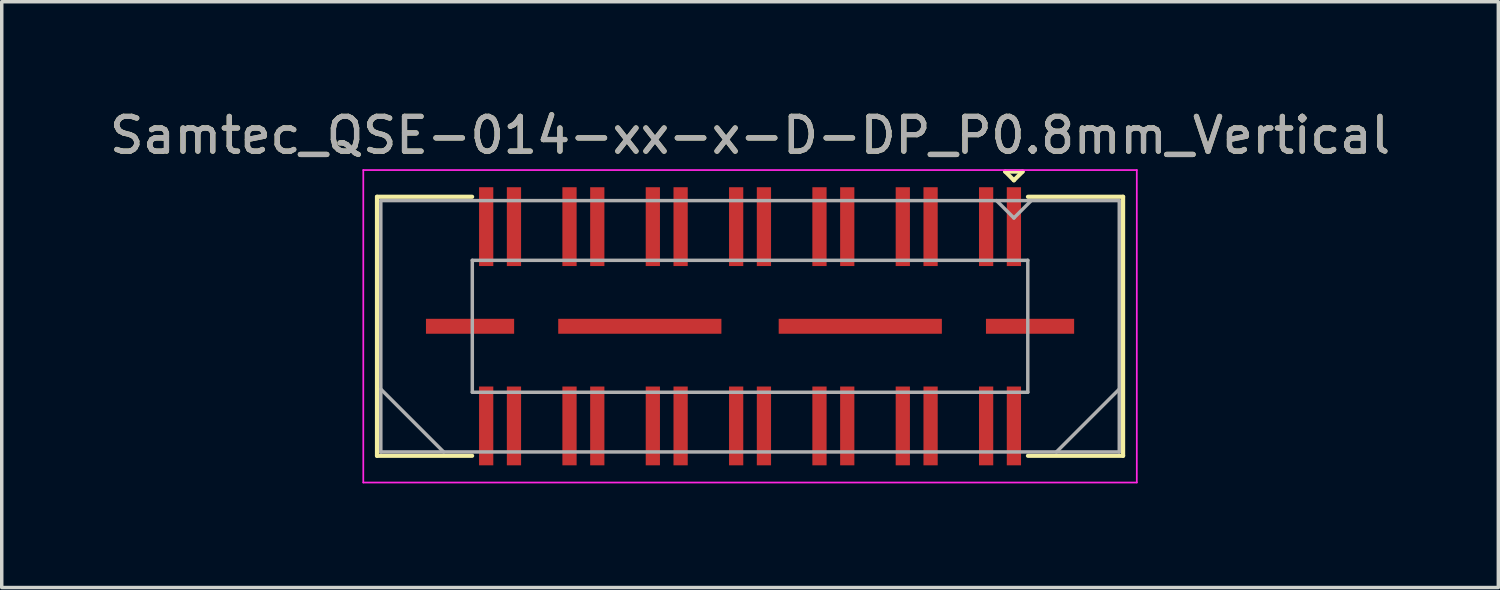
<source format=kicad_pcb>
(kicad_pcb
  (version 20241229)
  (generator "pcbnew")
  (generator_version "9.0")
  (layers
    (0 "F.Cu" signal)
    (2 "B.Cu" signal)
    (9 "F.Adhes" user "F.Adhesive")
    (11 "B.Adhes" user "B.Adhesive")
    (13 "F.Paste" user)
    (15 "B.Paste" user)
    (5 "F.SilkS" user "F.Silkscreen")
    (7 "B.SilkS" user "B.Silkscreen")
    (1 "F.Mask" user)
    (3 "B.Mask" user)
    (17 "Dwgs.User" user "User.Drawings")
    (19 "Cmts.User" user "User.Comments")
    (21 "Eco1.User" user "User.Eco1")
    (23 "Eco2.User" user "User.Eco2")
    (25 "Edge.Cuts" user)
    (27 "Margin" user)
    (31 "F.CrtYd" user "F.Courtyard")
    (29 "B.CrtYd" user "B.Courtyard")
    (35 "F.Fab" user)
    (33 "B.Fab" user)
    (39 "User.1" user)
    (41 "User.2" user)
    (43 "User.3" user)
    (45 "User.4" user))
  (footprint "Samtec_QSE-014-xx-x-D-DP_P0.8mm_Vertical"
    (layer "F.Cu")
    (at 18.554 6.348)
    (property "Reference" "Samtec_QSE-014-xx-x-D-DP_P0.8mm_Vertical" (at 0 -5.5 0) (layer "F.SilkS") (effects (font (size 1 1) (thickness 0.15))))
    (attr smd)
    (fp_line (start -10.745 -3.73) (end -8.005 -3.73) (stroke (width 0.12) (type solid)) (layer "F.SilkS"))
    (fp_line (start -10.745 3.73) (end -10.745 -3.73) (stroke (width 0.12) (type solid)) (layer "F.SilkS"))
    (fp_line (start -8.005 3.73) (end -10.745 3.73) (stroke (width 0.12) (type solid)) (layer "F.SilkS"))
    (fp_line (start 7.35 -4.455) (end 7.85 -4.455) (stroke (width 0.12) (type solid)) (layer "F.SilkS"))
    (fp_line (start 7.6 -4.205) (end 7.35 -4.455) (stroke (width 0.12) (type solid)) (layer "F.SilkS"))
    (fp_line (start 7.85 -4.455) (end 7.6 -4.205) (stroke (width 0.12) (type solid)) (layer "F.SilkS"))
    (fp_line (start 8.005 3.73) (end 10.745 3.73) (stroke (width 0.12) (type solid)) (layer "F.SilkS"))
    (fp_line (start 10.745 -3.73) (end 8.005 -3.73) (stroke (width 0.12) (type solid)) (layer "F.SilkS"))
    (fp_line (start 10.745 3.73) (end 10.745 -3.73) (stroke (width 0.12) (type solid)) (layer "F.SilkS"))
    (fp_line (start -11.14 -4.5) (end -11.14 4.5) (stroke (width 0.05) (type solid)) (layer "F.CrtYd"))
    (fp_line (start -11.14 4.5) (end 11.14 4.5) (stroke (width 0.05) (type solid)) (layer "F.CrtYd"))
    (fp_line (start 11.14 -4.5) (end -11.14 -4.5) (stroke (width 0.05) (type solid)) (layer "F.CrtYd"))
    (fp_line (start 11.14 4.5) (end 11.14 -4.5) (stroke (width 0.05) (type solid)) (layer "F.CrtYd"))
    (fp_line (start -10.635 -3.62) (end -10.635 3.62) (stroke (width 0.1) (type solid)) (layer "F.Fab"))
    (fp_line (start -10.635 1.81) (end -8.825 3.62) (stroke (width 0.1) (type solid)) (layer "F.Fab"))
    (fp_line (start -10.635 3.62) (end 10.635 3.62) (stroke (width 0.1) (type solid)) (layer "F.Fab"))
    (fp_line (start -8 -1.9) (end -8 1.9) (stroke (width 0.1) (type solid)) (layer "F.Fab"))
    (fp_line (start -8 1.9) (end 8 1.9) (stroke (width 0.1) (type solid)) (layer "F.Fab"))
    (fp_line (start 7.6 -3.12) (end 7.1 -3.62) (stroke (width 0.1) (type solid)) (layer "F.Fab"))
    (fp_line (start 8 -1.9) (end -8 -1.9) (stroke (width 0.1) (type solid)) (layer "F.Fab"))
    (fp_line (start 8 1.9) (end 8 -1.9) (stroke (width 0.1) (type solid)) (layer "F.Fab"))
    (fp_line (start 8.1 -3.62) (end 7.6 -3.12) (stroke (width 0.1) (type solid)) (layer "F.Fab"))
    (fp_line (start 10.635 -3.62) (end -10.635 -3.62) (stroke (width 0.1) (type solid)) (layer "F.Fab"))
    (fp_line (start 10.635 1.81) (end 8.825 3.62) (stroke (width 0.1) (type solid)) (layer "F.Fab"))
    (fp_line (start 10.635 3.62) (end 10.635 -3.62) (stroke (width 0.1) (type solid)) (layer "F.Fab"))
    (fp_text user "${REFERENCE}" (at 0 -5.5 0) (layer "F.Fab") (effects (font (size 1 1) (thickness 0.15))))
    (pad "1" smd rect (at 7.6 -2.87) (size 0.41 2.27) (layers "F.Cu" "F.Mask" "F.Paste"))
    (pad "2" smd rect (at 7.6 2.87) (size 0.41 2.27) (layers "F.Cu" "F.Mask" "F.Paste"))
    (pad "3" smd rect (at 6.8 -2.87) (size 0.41 2.27) (layers "F.Cu" "F.Mask" "F.Paste"))
    (pad "4" smd rect (at 6.8 2.87) (size 0.41 2.27) (layers "F.Cu" "F.Mask" "F.Paste"))
    (pad "5" smd rect (at 5.2 -2.87) (size 0.41 2.27) (layers "F.Cu" "F.Mask" "F.Paste"))
    (pad "6" smd rect (at 5.2 2.87) (size 0.41 2.27) (layers "F.Cu" "F.Mask" "F.Paste"))
    (pad "7" smd rect (at 4.4 -2.87) (size 0.41 2.27) (layers "F.Cu" "F.Mask" "F.Paste"))
    (pad "8" smd rect (at 4.4 2.87) (size 0.41 2.27) (layers "F.Cu" "F.Mask" "F.Paste"))
    (pad "9" smd rect (at 2.8 -2.87) (size 0.41 2.27) (layers "F.Cu" "F.Mask" "F.Paste"))
    (pad "10" smd rect (at 2.8 2.87) (size 0.41 2.27) (layers "F.Cu" "F.Mask" "F.Paste"))
    (pad "11" smd rect (at 2 -2.87) (size 0.41 2.27) (layers "F.Cu" "F.Mask" "F.Paste"))
    (pad "12" smd rect (at 2 2.87) (size 0.41 2.27) (layers "F.Cu" "F.Mask" "F.Paste"))
    (pad "13" smd rect (at 0.4 -2.87) (size 0.41 2.27) (layers "F.Cu" "F.Mask" "F.Paste"))
    (pad "14" smd rect (at 0.4 2.87) (size 0.41 2.27) (layers "F.Cu" "F.Mask" "F.Paste"))
    (pad "15" smd rect (at -0.4 -2.87) (size 0.41 2.27) (layers "F.Cu" "F.Mask" "F.Paste"))
    (pad "16" smd rect (at -0.4 2.87) (size 0.41 2.27) (layers "F.Cu" "F.Mask" "F.Paste"))
    (pad "17" smd rect (at -2 -2.87) (size 0.41 2.27) (layers "F.Cu" "F.Mask" "F.Paste"))
    (pad "18" smd rect (at -2 2.87) (size 0.41 2.27) (layers "F.Cu" "F.Mask" "F.Paste"))
    (pad "19" smd rect (at -2.8 -2.87) (size 0.41 2.27) (layers "F.Cu" "F.Mask" "F.Paste"))
    (pad "20" smd rect (at -2.8 2.87) (size 0.41 2.27) (layers "F.Cu" "F.Mask" "F.Paste"))
    (pad "21" smd rect (at -4.4 -2.87) (size 0.41 2.27) (layers "F.Cu" "F.Mask" "F.Paste"))
    (pad "22" smd rect (at -4.4 2.87) (size 0.41 2.27) (layers "F.Cu" "F.Mask" "F.Paste"))
    (pad "23" smd rect (at -5.2 -2.87) (size 0.41 2.27) (layers "F.Cu" "F.Mask" "F.Paste"))
    (pad "24" smd rect (at -5.2 2.87) (size 0.41 2.27) (layers "F.Cu" "F.Mask" "F.Paste"))
    (pad "25" smd rect (at -6.8 -2.87) (size 0.41 2.27) (layers "F.Cu" "F.Mask" "F.Paste"))
    (pad "26" smd rect (at -6.8 2.87) (size 0.41 2.27) (layers "F.Cu" "F.Mask" "F.Paste"))
    (pad "27" smd rect (at -7.6 -2.87) (size 0.41 2.27) (layers "F.Cu" "F.Mask" "F.Paste"))
    (pad "28" smd rect (at -7.6 2.87) (size 0.41 2.27) (layers "F.Cu" "F.Mask" "F.Paste"))
    (pad "P1" smd rect (at -8.065 0) (size 2.54 0.43) (layers "F.Cu" "F.Mask" "F.Paste"))
    (pad "P1" smd rect (at -3.175 0) (size 4.7 0.43) (layers "F.Cu" "F.Mask" "F.Paste"))
    (pad "P1" smd rect (at 3.175 0) (size 4.7 0.43) (layers "F.Cu" "F.Mask" "F.Paste"))
    (pad "P1" smd rect (at 8.065 0) (size 2.54 0.43) (layers "F.Cu" "F.Mask" "F.Paste")))
  (gr_rect
    (start -3 -3)
    (end 40.107 13.873)
    (stroke (width 0.1) (type default))
    (fill no)
    (layer "Edge.Cuts")))
</source>
